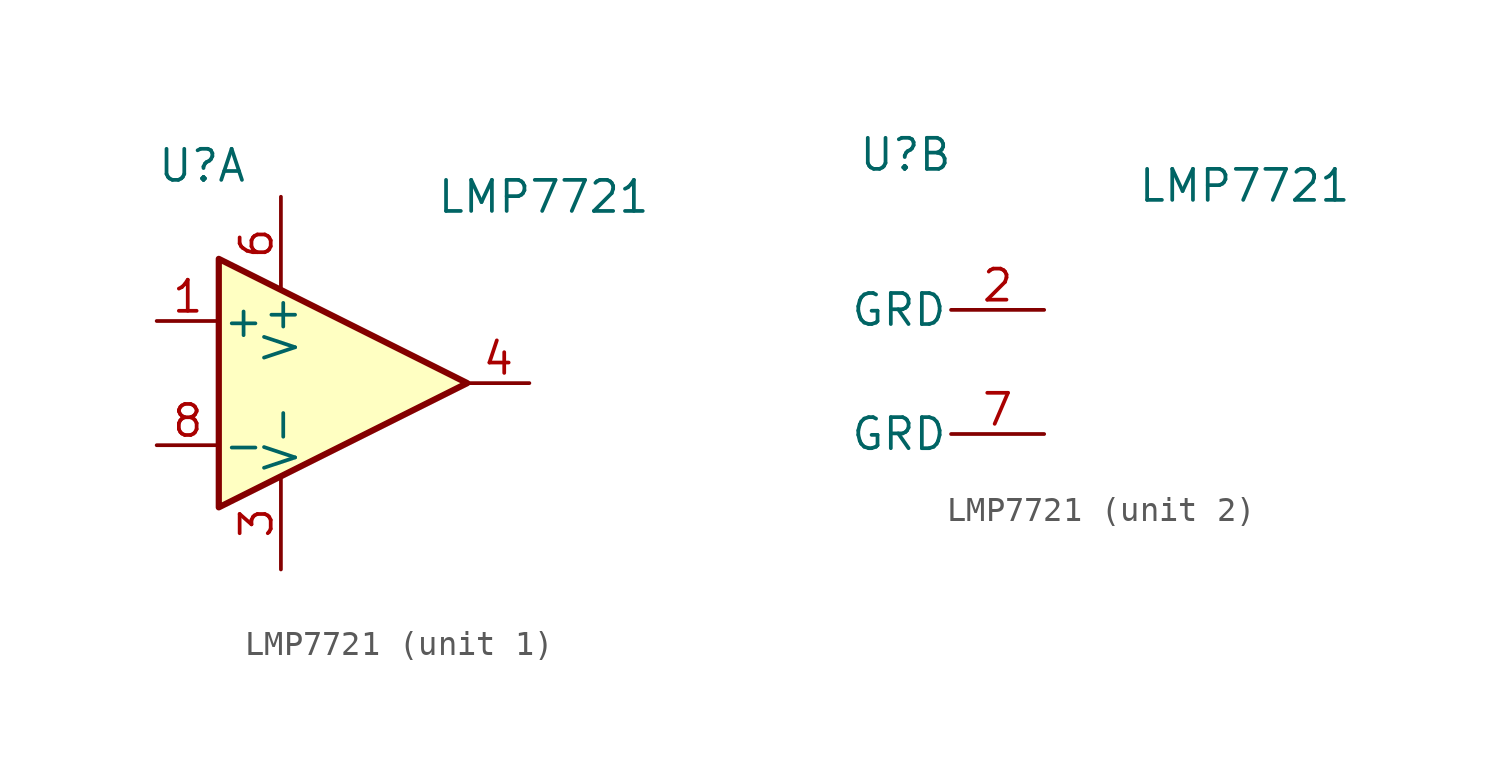
<source format=kicad_sym>
(kicad_symbol_lib
  (version 20201005)
  (generator kicad_symbol_editor)
  (symbol "PH2012:LMP7721"
    (pin_names
      (offset 0.127))
    (property "Reference" "U"
      (at -7.62 8.89 0)
      (effects (font (size 1.27 1.27)) (justify left)))
    (property "Value" "LMP7721"
      (at 3.81 7.62 0)
      (effects (font (size 1.27 1.27)) (justify left)))
    (property "ki_locked" ""
      (at 0 0 0)
      (effects (font (size 1.27 1.27))))
    (symbol "LMP7721_1_1"
      (polyline (pts (xy -5.08 5.08) (xy 5.08 0) (xy -5.08 -5.08) (xy -5.08 5.08)) (stroke (width 0.254)) (fill (type background)))
      (pin output line (at 7.62 0 180) (length 2.54) (name "~" (effects (font (size 1.27 1.27)))) (number "4" (effects (font (size 1.27 1.27)))))
      (pin input line (at -7.62 2.54 0) (length 2.54) (name "+" (effects (font (size 1.27 1.27)))) (number "1" (effects (font (size 1.27 1.27)))))
      (pin input line (at -7.62 -2.54 0) (length 2.54) (name "-" (effects (font (size 1.27 1.27)))) (number "8" (effects (font (size 1.27 1.27)))))
      (pin power_in line (at -2.54 -7.62 90) (length 3.81) (name "V-" (effects (font (size 1.27 1.27)))) (number "3" (effects (font (size 1.27 1.27)))))
      (pin power_in line (at -2.54 7.62 270) (length 3.81) (name "V+" (effects (font (size 1.27 1.27)))) (number "6" (effects (font (size 1.27 1.27))))))
    (symbol "LMP7721_2_1"
      (pin free line (at 0 2.54 180) (length 3.81) (name "GRD" (effects (font (size 1.27 1.27)))) (number "2" (effects (font (size 1.27 1.27)))))
      (pin free line (at 0 -2.54 180) (length 3.81) (name "GRD" (effects (font (size 1.27 1.27)))) (number "7" (effects (font (size 1.27 1.27))))))))
</source>
